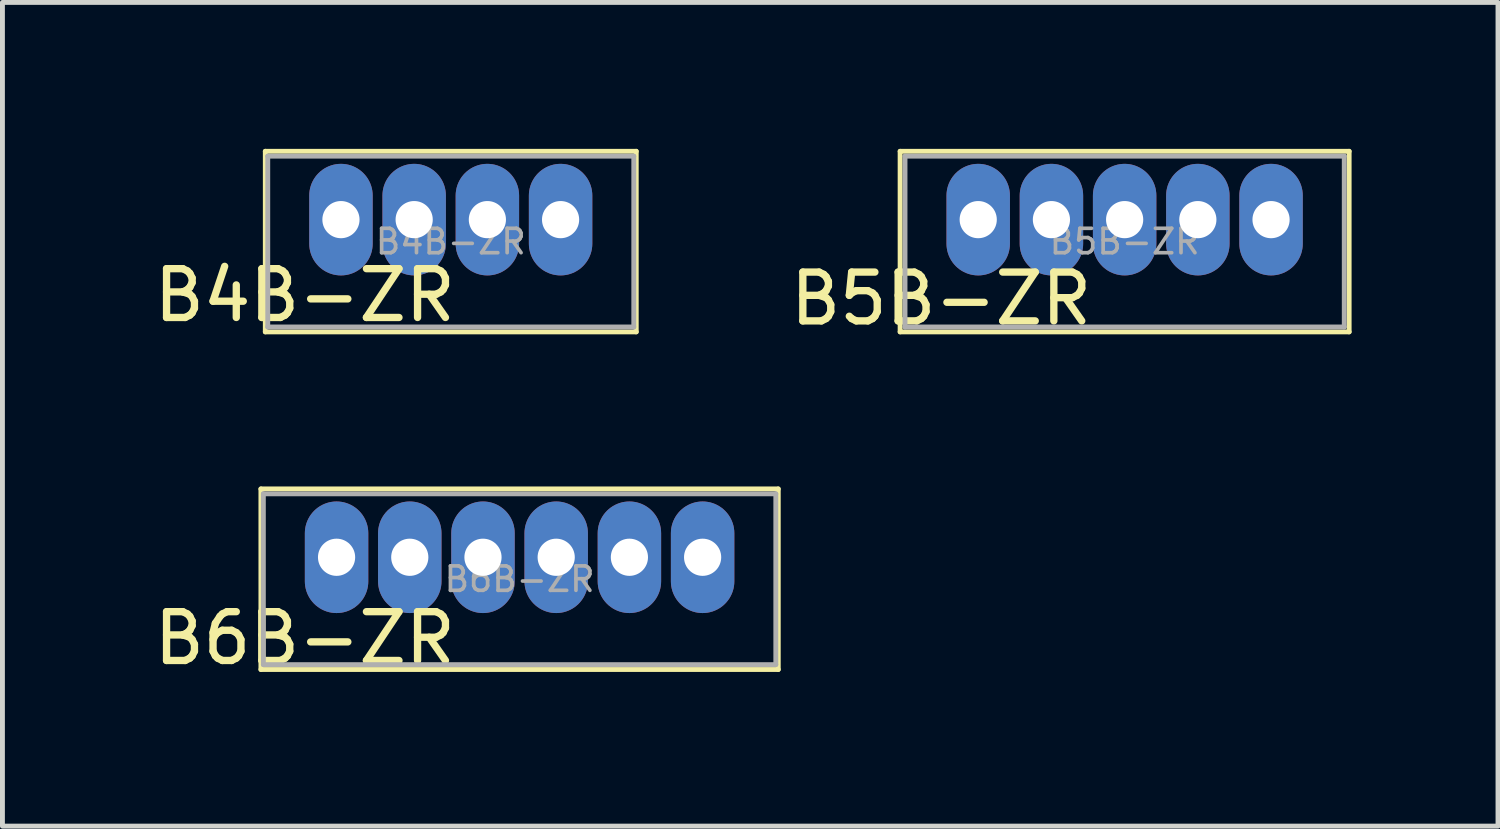
<source format=kicad_pcb>
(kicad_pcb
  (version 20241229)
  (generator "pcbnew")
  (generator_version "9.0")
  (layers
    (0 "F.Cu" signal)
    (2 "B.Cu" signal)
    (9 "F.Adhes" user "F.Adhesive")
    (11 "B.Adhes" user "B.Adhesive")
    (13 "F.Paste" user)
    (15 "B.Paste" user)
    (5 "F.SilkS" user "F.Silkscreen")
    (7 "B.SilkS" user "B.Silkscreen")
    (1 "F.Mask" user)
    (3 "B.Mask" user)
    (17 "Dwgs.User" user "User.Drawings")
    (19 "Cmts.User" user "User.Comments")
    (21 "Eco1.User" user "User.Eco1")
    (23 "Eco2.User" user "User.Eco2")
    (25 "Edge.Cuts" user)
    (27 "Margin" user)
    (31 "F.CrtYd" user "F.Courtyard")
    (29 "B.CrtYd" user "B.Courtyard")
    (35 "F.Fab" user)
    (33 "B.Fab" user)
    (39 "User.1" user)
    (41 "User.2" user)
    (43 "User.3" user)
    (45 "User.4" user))
  (footprint "B4B-ZR"
    (layer "F.Cu")
    (at 6.186 1.9)
    (property "Reference" "B4B-ZR" (at -2.99 1.1 0) (layer "F.SilkS") (effects (font (size 1 1) (thickness 0.15))))
    (attr through_hole)
    (fp_line (start -3.8 1.85) (end -3.8 -1.85) (stroke (width 0.1) (type solid)) (layer "F.SilkS"))
    (fp_line (start 3.8 -1.85) (end -3.8 -1.85) (stroke (width 0.1) (type solid)) (layer "F.SilkS"))
    (fp_line (start 3.8 -1.85) (end 3.8 1.85) (stroke (width 0.1) (type solid)) (layer "F.SilkS"))
    (fp_line (start 3.8 1.85) (end -3.8 1.85) (stroke (width 0.1) (type solid)) (layer "F.SilkS"))
    (fp_line (start -3.75 -1.75) (end -3.75 1.75) (stroke (width 0.1) (type solid)) (layer "F.Fab"))
    (fp_line (start -3.75 -1.75) (end 3.75 -1.75) (stroke (width 0.1) (type solid)) (layer "F.Fab"))
    (fp_line (start -3.75 1.75) (end 3.75 1.75) (stroke (width 0.1) (type solid)) (layer "F.Fab"))
    (fp_line (start 3.75 -1.75) (end 3.75 1.75) (stroke (width 0.1) (type solid)) (layer "F.Fab"))
    (fp_text user "${REFERENCE}" (at 0 0 0) (layer "F.Fab") (effects (font (size 0.5 0.5) (thickness 0.075))))
    (pad "1" thru_hole oval (at -2.25 -0.45) (size 1.3 2.286) (drill 0.762) (layers "*.Cu" "*.Mask"))
    (pad "2" thru_hole oval (at -0.75 -0.45) (size 1.3 2.286) (drill 0.762) (layers "*.Cu" "*.Mask"))
    (pad "3" thru_hole oval (at 0.75 -0.45) (size 1.3 2.286) (drill 0.762) (layers "*.Cu" "*.Mask"))
    (pad "4" thru_hole oval (at 2.25 -0.45) (size 1.3 2.286) (drill 0.762) (layers "*.Cu" "*.Mask")))
  (footprint "B6B-ZR"
    (layer "F.Cu")
    (at 7.596 8.818)
    (property "Reference" "B6B-ZR" (at -4.4 1.21 0) (layer "F.SilkS") (effects (font (size 1 1) (thickness 0.15))))
    (attr through_hole)
    (fp_line (start -5.3 1.85) (end -5.3 -1.85) (stroke (width 0.1) (type solid)) (layer "F.SilkS"))
    (fp_line (start 5.3 -1.85) (end -5.3 -1.85) (stroke (width 0.1) (type solid)) (layer "F.SilkS"))
    (fp_line (start 5.3 -1.85) (end 5.3 1.85) (stroke (width 0.1) (type solid)) (layer "F.SilkS"))
    (fp_line (start 5.3 1.85) (end -5.3 1.85) (stroke (width 0.1) (type solid)) (layer "F.SilkS"))
    (fp_line (start -5.25 -1.75) (end -5.25 1.75) (stroke (width 0.1) (type solid)) (layer "F.Fab"))
    (fp_line (start -5.25 -1.75) (end 5.25 -1.75) (stroke (width 0.1) (type solid)) (layer "F.Fab"))
    (fp_line (start -5.25 1.75) (end 5.25 1.75) (stroke (width 0.1) (type solid)) (layer "F.Fab"))
    (fp_line (start 5.25 -1.75) (end 5.25 1.75) (stroke (width 0.1) (type solid)) (layer "F.Fab"))
    (fp_text user "${REFERENCE}" (at 0 0 0) (layer "F.Fab") (effects (font (size 0.5 0.5) (thickness 0.075))))
    (pad "1" thru_hole oval (at -3.75 -0.45) (size 1.3 2.286) (drill 0.762) (layers "*.Cu" "*.Mask"))
    (pad "2" thru_hole oval (at -2.25 -0.45) (size 1.3 2.286) (drill 0.762) (layers "*.Cu" "*.Mask"))
    (pad "3" thru_hole oval (at -0.75 -0.45) (size 1.3 2.286) (drill 0.762) (layers "*.Cu" "*.Mask"))
    (pad "4" thru_hole oval (at 0.75 -0.45) (size 1.3 2.286) (drill 0.762) (layers "*.Cu" "*.Mask"))
    (pad "5" thru_hole oval (at 2.25 -0.45) (size 1.3 2.286) (drill 0.762) (layers "*.Cu" "*.Mask"))
    (pad "6" thru_hole oval (at 3.75 -0.45) (size 1.3 2.286) (drill 0.762) (layers "*.Cu" "*.Mask")))
  (footprint "B5B-ZR"
    (layer "F.Cu")
    (at 19.993 1.9)
    (property "Reference" "B5B-ZR" (at -3.76 1.17 0) (layer "F.SilkS") (effects (font (size 1 1) (thickness 0.15))))
    (attr through_hole)
    (fp_line (start -4.6 1.85) (end -4.6 -1.85) (stroke (width 0.1) (type solid)) (layer "F.SilkS"))
    (fp_line (start 4.6 -1.85) (end -4.6 -1.85) (stroke (width 0.1) (type solid)) (layer "F.SilkS"))
    (fp_line (start 4.6 -1.85) (end 4.6 1.85) (stroke (width 0.1) (type solid)) (layer "F.SilkS"))
    (fp_line (start 4.6 1.85) (end -4.6 1.85) (stroke (width 0.1) (type solid)) (layer "F.SilkS"))
    (fp_line (start -4.5 -1.75) (end -4.5 1.75) (stroke (width 0.1) (type solid)) (layer "F.Fab"))
    (fp_line (start -4.5 -1.75) (end 4.5 -1.75) (stroke (width 0.1) (type solid)) (layer "F.Fab"))
    (fp_line (start -4.5 1.75) (end 4.5 1.75) (stroke (width 0.1) (type solid)) (layer "F.Fab"))
    (fp_line (start 4.5 -1.75) (end 4.5 1.75) (stroke (width 0.1) (type solid)) (layer "F.Fab"))
    (fp_text user "${REFERENCE}" (at 0 0 0) (layer "F.Fab") (effects (font (size 0.5 0.5) (thickness 0.075))))
    (pad "1" thru_hole oval (at -3 -0.45) (size 1.3 2.286) (drill 0.762) (layers "*.Cu" "*.Mask"))
    (pad "2" thru_hole oval (at -1.5 -0.45) (size 1.3 2.286) (drill 0.762) (layers "*.Cu" "*.Mask"))
    (pad "3" thru_hole oval (at 0 -0.45) (size 1.3 2.286) (drill 0.762) (layers "*.Cu" "*.Mask"))
    (pad "4" thru_hole oval (at 1.5 -0.45) (size 1.3 2.286) (drill 0.762) (layers "*.Cu" "*.Mask"))
    (pad "5" thru_hole oval (at 3 -0.45) (size 1.3 2.286) (drill 0.762) (layers "*.Cu" "*.Mask")))
  (gr_rect
    (start -3 -3)
    (end 27.643 13.877)
    (stroke (width 0.1) (type default))
    (fill no)
    (layer "Edge.Cuts")))
</source>
